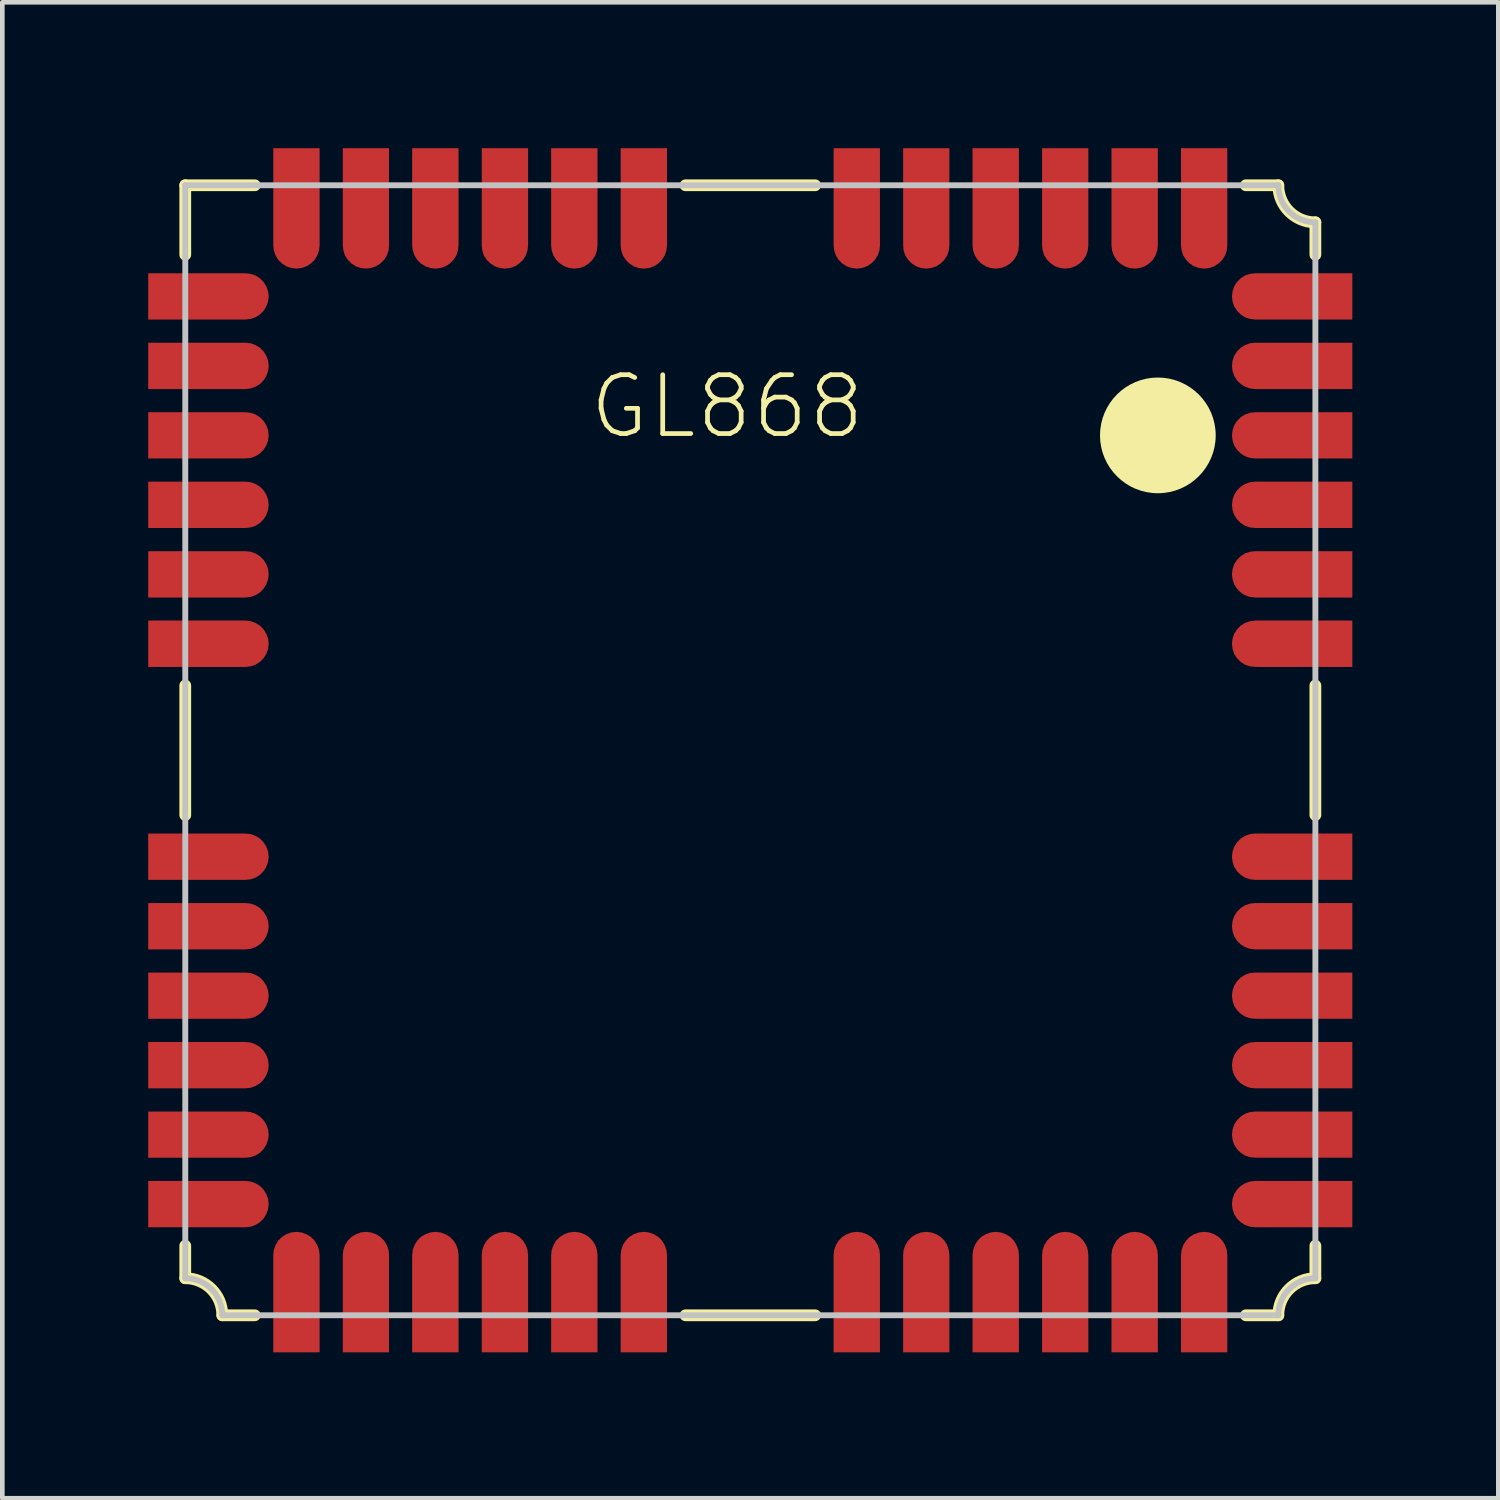
<source format=kicad_pcb>
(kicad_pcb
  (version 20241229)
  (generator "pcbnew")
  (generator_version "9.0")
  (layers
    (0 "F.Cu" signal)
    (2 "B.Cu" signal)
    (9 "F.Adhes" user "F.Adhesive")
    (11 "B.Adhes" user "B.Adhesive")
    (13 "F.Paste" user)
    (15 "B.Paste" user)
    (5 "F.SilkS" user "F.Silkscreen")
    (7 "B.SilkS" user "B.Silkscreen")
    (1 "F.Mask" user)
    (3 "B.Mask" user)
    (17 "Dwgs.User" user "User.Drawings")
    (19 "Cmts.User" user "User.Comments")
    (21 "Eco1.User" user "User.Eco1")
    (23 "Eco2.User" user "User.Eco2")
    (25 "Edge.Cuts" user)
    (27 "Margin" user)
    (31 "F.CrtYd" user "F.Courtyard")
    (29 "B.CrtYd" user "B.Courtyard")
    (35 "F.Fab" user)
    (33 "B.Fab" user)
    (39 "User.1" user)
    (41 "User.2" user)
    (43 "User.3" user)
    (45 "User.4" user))
  (footprint "GL868"
    (layer "F.Cu")
    (at 12.649 13.348)
    (property "Reference" "GL868" (at 0 -7.62 0) (layer "F.SilkS") (effects (font (size 1.27 1.27) (thickness 0.102))))
    (attr smd)
    (fp_poly (pts (xy -12.499 -10.498) (xy -10.399 -10.498) (xy -10.287 -10.485) (xy -10.183 -10.45) (xy -10.086 -10.389) (xy -10.008 -10.31) (xy -9.949 -10.216) (xy -9.911 -10.109) (xy -9.898 -10) (xy -9.911 -9.888) (xy -9.949 -9.782) (xy -10.008 -9.688) (xy -10.086 -9.609) (xy -10.183 -9.548) (xy -10.287 -9.512) (xy -10.399 -9.5) (xy -12.499 -9.5) (xy -12.499 -10.498)) (stroke (width 0) (type solid)) (fill yes) (layer "F.Cu"))
    (fp_poly (pts (xy -12.499 -8.999) (xy -10.399 -8.999) (xy -10.287 -8.987) (xy -10.183 -8.948) (xy -10.086 -8.89) (xy -10.008 -8.811) (xy -9.949 -8.715) (xy -9.911 -8.611) (xy -9.898 -8.499) (xy -9.911 -8.387) (xy -9.949 -8.283) (xy -10.008 -8.186) (xy -10.086 -8.108) (xy -10.183 -8.049) (xy -10.287 -8.011) (xy -10.399 -7.998) (xy -12.499 -7.998) (xy -12.499 -8.999)) (stroke (width 0) (type solid)) (fill yes) (layer "F.Cu"))
    (fp_poly (pts (xy -12.499 -7.498) (xy -10.399 -7.498) (xy -10.287 -7.485) (xy -10.183 -7.45) (xy -10.086 -7.389) (xy -10.008 -7.31) (xy -9.949 -7.216) (xy -9.911 -7.109) (xy -9.898 -6.998) (xy -9.911 -6.888) (xy -9.949 -6.782) (xy -10.008 -6.688) (xy -10.086 -6.609) (xy -10.183 -6.548) (xy -10.287 -6.51) (xy -10.399 -6.5) (xy -12.499 -6.5) (xy -12.499 -7.498)) (stroke (width 0) (type solid)) (fill yes) (layer "F.Cu"))
    (fp_poly (pts (xy -12.499 -5.999) (xy -10.399 -5.999) (xy -10.287 -5.987) (xy -10.183 -5.949) (xy -10.086 -5.89) (xy -10.008 -5.812) (xy -9.949 -5.715) (xy -9.911 -5.611) (xy -9.898 -5.499) (xy -9.911 -5.387) (xy -9.949 -5.281) (xy -10.008 -5.187) (xy -10.086 -5.108) (xy -10.183 -5.047) (xy -10.287 -5.011) (xy -10.399 -4.999) (xy -12.499 -4.999) (xy -12.499 -5.999)) (stroke (width 0) (type solid)) (fill yes) (layer "F.Cu"))
    (fp_poly (pts (xy -12.499 -4.498) (xy -10.399 -4.498) (xy -10.287 -4.486) (xy -10.183 -4.45) (xy -10.086 -4.389) (xy -10.008 -4.31) (xy -9.949 -4.216) (xy -9.911 -4.11) (xy -9.898 -3.998) (xy -9.911 -3.889) (xy -9.949 -3.782) (xy -10.008 -3.688) (xy -10.086 -3.607) (xy -10.183 -3.548) (xy -10.287 -3.51) (xy -10.399 -3.498) (xy -12.499 -3.498) (xy -12.499 -4.498)) (stroke (width 0) (type solid)) (fill yes) (layer "F.Cu"))
    (fp_poly (pts (xy -12.499 -3) (xy -10.399 -3) (xy -10.287 -2.987) (xy -10.183 -2.949) (xy -10.086 -2.891) (xy -10.008 -2.809) (xy -9.949 -2.715) (xy -9.911 -2.611) (xy -9.898 -2.499) (xy -9.911 -2.388) (xy -9.949 -2.281) (xy -10.008 -2.187) (xy -10.086 -2.108) (xy -10.183 -2.047) (xy -10.287 -2.012) (xy -10.399 -1.999) (xy -12.499 -1.999) (xy -12.499 -3)) (stroke (width 0) (type solid)) (fill yes) (layer "F.Cu"))
    (fp_poly (pts (xy -12.499 1.598) (xy -10.399 1.598) (xy -10.287 1.61) (xy -10.183 1.648) (xy -10.086 1.707) (xy -10.008 1.788) (xy -9.949 1.882) (xy -9.911 1.986) (xy -9.898 2.098) (xy -9.911 2.21) (xy -9.949 2.316) (xy -10.008 2.41) (xy -10.086 2.489) (xy -10.183 2.55) (xy -10.287 2.586) (xy -10.399 2.598) (xy -12.499 2.598) (xy -12.499 1.598)) (stroke (width 0) (type solid)) (fill yes) (layer "F.Cu"))
    (fp_poly (pts (xy -12.499 3.099) (xy -10.399 3.099) (xy -10.287 3.111) (xy -10.183 3.147) (xy -10.086 3.208) (xy -10.008 3.287) (xy -9.949 3.381) (xy -9.911 3.487) (xy -9.898 3.599) (xy -9.911 3.711) (xy -9.949 3.815) (xy -10.008 3.912) (xy -10.086 3.99) (xy -10.183 4.049) (xy -10.287 4.087) (xy -10.399 4.1) (xy -12.499 4.1) (xy -12.499 3.099)) (stroke (width 0) (type solid)) (fill yes) (layer "F.Cu"))
    (fp_poly (pts (xy -12.499 4.6) (xy -10.399 4.6) (xy -10.287 4.61) (xy -10.183 4.648) (xy -10.086 4.707) (xy -10.008 4.788) (xy -9.949 4.882) (xy -9.911 4.989) (xy -9.898 5.098) (xy -9.911 5.21) (xy -9.949 5.316) (xy -10.008 5.41) (xy -10.086 5.489) (xy -10.183 5.55) (xy -10.287 5.585) (xy -10.399 5.598) (xy -12.499 5.598) (xy -12.499 4.6)) (stroke (width 0) (type solid)) (fill yes) (layer "F.Cu"))
    (fp_poly (pts (xy -12.499 6.099) (xy -10.399 6.099) (xy -10.287 6.111) (xy -10.183 6.149) (xy -10.086 6.208) (xy -10.008 6.287) (xy -9.949 6.383) (xy -9.911 6.487) (xy -9.898 6.599) (xy -9.911 6.711) (xy -9.949 6.815) (xy -10.008 6.911) (xy -10.086 6.99) (xy -10.183 7.048) (xy -10.287 7.087) (xy -10.399 7.099) (xy -12.499 7.099) (xy -12.499 6.099)) (stroke (width 0) (type solid)) (fill yes) (layer "F.Cu"))
    (fp_poly (pts (xy -12.499 7.6) (xy -10.399 7.6) (xy -10.287 7.612) (xy -10.183 7.648) (xy -10.086 7.709) (xy -10.008 7.788) (xy -9.949 7.882) (xy -9.911 7.988) (xy -9.898 8.098) (xy -9.911 8.209) (xy -9.949 8.316) (xy -10.008 8.41) (xy -10.086 8.489) (xy -10.183 8.55) (xy -10.287 8.585) (xy -10.399 8.598) (xy -12.499 8.598) (xy -12.499 7.6)) (stroke (width 0) (type solid)) (fill yes) (layer "F.Cu"))
    (fp_poly (pts (xy -12.499 9.098) (xy -10.399 9.098) (xy -10.287 9.111) (xy -10.183 9.149) (xy -10.086 9.207) (xy -10.008 9.286) (xy -9.949 9.383) (xy -9.911 9.487) (xy -9.898 9.599) (xy -9.911 9.71) (xy -9.949 9.815) (xy -10.008 9.911) (xy -10.086 9.99) (xy -10.183 10.048) (xy -10.287 10.086) (xy -10.399 10.099) (xy -12.499 10.099) (xy -12.499 9.098)) (stroke (width 0) (type solid)) (fill yes) (layer "F.Cu"))
    (fp_poly (pts (xy -9.799 12.799) (xy -9.799 10.698) (xy -9.787 10.587) (xy -9.749 10.483) (xy -9.69 10.386) (xy -9.611 10.307) (xy -9.515 10.249) (xy -9.411 10.211) (xy -9.299 10.198) (xy -9.187 10.211) (xy -9.083 10.249) (xy -8.987 10.307) (xy -8.908 10.386) (xy -8.849 10.483) (xy -8.811 10.587) (xy -8.799 10.698) (xy -8.799 12.799) (xy -9.799 12.799)) (stroke (width 0) (type solid)) (fill yes) (layer "F.Cu"))
    (fp_poly (pts (xy -8.799 -13.198) (xy -8.799 -11.1) (xy -8.811 -10.988) (xy -8.849 -10.881) (xy -8.908 -10.787) (xy -8.987 -10.709) (xy -9.083 -10.648) (xy -9.187 -10.612) (xy -9.299 -10.599) (xy -9.411 -10.612) (xy -9.515 -10.648) (xy -9.611 -10.709) (xy -9.69 -10.787) (xy -9.749 -10.881) (xy -9.787 -10.988) (xy -9.799 -11.1) (xy -9.799 -13.198) (xy -8.799 -13.198)) (stroke (width 0) (type solid)) (fill yes) (layer "F.Cu"))
    (fp_poly (pts (xy -8.298 12.799) (xy -8.298 10.698) (xy -8.285 10.587) (xy -8.25 10.483) (xy -8.189 10.386) (xy -8.11 10.307) (xy -8.016 10.249) (xy -7.91 10.211) (xy -7.798 10.198) (xy -7.689 10.211) (xy -7.582 10.249) (xy -7.488 10.307) (xy -7.407 10.386) (xy -7.348 10.483) (xy -7.31 10.587) (xy -7.3 10.698) (xy -7.3 12.799) (xy -8.298 12.799)) (stroke (width 0) (type solid)) (fill yes) (layer "F.Cu"))
    (fp_poly (pts (xy -7.3 -13.198) (xy -7.3 -11.1) (xy -7.31 -10.988) (xy -7.348 -10.881) (xy -7.407 -10.787) (xy -7.488 -10.709) (xy -7.582 -10.648) (xy -7.689 -10.612) (xy -7.798 -10.599) (xy -7.91 -10.612) (xy -8.016 -10.648) (xy -8.11 -10.709) (xy -8.189 -10.787) (xy -8.25 -10.881) (xy -8.285 -10.988) (xy -8.298 -11.1) (xy -8.298 -13.198) (xy -7.3 -13.198)) (stroke (width 0) (type solid)) (fill yes) (layer "F.Cu"))
    (fp_poly (pts (xy -6.8 12.799) (xy -6.8 10.698) (xy -6.787 10.587) (xy -6.749 10.483) (xy -6.69 10.386) (xy -6.612 10.307) (xy -6.515 10.249) (xy -6.411 10.211) (xy -6.299 10.198) (xy -6.187 10.211) (xy -6.081 10.249) (xy -5.987 10.307) (xy -5.908 10.386) (xy -5.847 10.483) (xy -5.812 10.587) (xy -5.799 10.698) (xy -5.799 12.799) (xy -6.8 12.799)) (stroke (width 0) (type solid)) (fill yes) (layer "F.Cu"))
    (fp_poly (pts (xy -5.799 -13.198) (xy -5.799 -11.1) (xy -5.812 -10.988) (xy -5.847 -10.881) (xy -5.908 -10.787) (xy -5.987 -10.709) (xy -6.081 -10.648) (xy -6.187 -10.612) (xy -6.299 -10.599) (xy -6.411 -10.612) (xy -6.515 -10.648) (xy -6.612 -10.709) (xy -6.69 -10.787) (xy -6.749 -10.881) (xy -6.787 -10.988) (xy -6.8 -11.1) (xy -6.8 -13.198) (xy -5.799 -13.198)) (stroke (width 0) (type solid)) (fill yes) (layer "F.Cu"))
    (fp_poly (pts (xy -5.298 12.799) (xy -5.298 10.698) (xy -5.286 10.587) (xy -5.25 10.483) (xy -5.189 10.386) (xy -5.11 10.307) (xy -5.016 10.249) (xy -4.91 10.211) (xy -4.798 10.198) (xy -4.686 10.211) (xy -4.582 10.249) (xy -4.488 10.307) (xy -4.407 10.386) (xy -4.348 10.483) (xy -4.31 10.587) (xy -4.298 10.698) (xy -4.298 12.799) (xy -5.298 12.799)) (stroke (width 0) (type solid)) (fill yes) (layer "F.Cu"))
    (fp_poly (pts (xy -4.298 -13.198) (xy -4.298 -11.1) (xy -4.31 -10.988) (xy -4.348 -10.881) (xy -4.407 -10.787) (xy -4.488 -10.709) (xy -4.582 -10.648) (xy -4.686 -10.612) (xy -4.798 -10.599) (xy -4.91 -10.612) (xy -5.016 -10.648) (xy -5.11 -10.709) (xy -5.189 -10.787) (xy -5.25 -10.881) (xy -5.286 -10.988) (xy -5.298 -11.1) (xy -5.298 -13.198) (xy -4.298 -13.198)) (stroke (width 0) (type solid)) (fill yes) (layer "F.Cu"))
    (fp_poly (pts (xy -3.8 12.799) (xy -3.8 10.698) (xy -3.787 10.587) (xy -3.749 10.483) (xy -3.691 10.386) (xy -3.609 10.307) (xy -3.515 10.249) (xy -3.411 10.211) (xy -3.299 10.198) (xy -3.188 10.211) (xy -3.081 10.249) (xy -2.987 10.307) (xy -2.908 10.386) (xy -2.847 10.483) (xy -2.812 10.587) (xy -2.799 10.698) (xy -2.799 12.799) (xy -3.8 12.799)) (stroke (width 0) (type solid)) (fill yes) (layer "F.Cu"))
    (fp_poly (pts (xy -2.799 -13.198) (xy -2.799 -11.1) (xy -2.812 -10.988) (xy -2.847 -10.881) (xy -2.908 -10.787) (xy -2.987 -10.709) (xy -3.081 -10.648) (xy -3.188 -10.612) (xy -3.299 -10.599) (xy -3.411 -10.612) (xy -3.515 -10.648) (xy -3.609 -10.709) (xy -3.691 -10.787) (xy -3.749 -10.881) (xy -3.787 -10.988) (xy -3.8 -11.1) (xy -3.8 -13.198) (xy -2.799 -13.198)) (stroke (width 0) (type solid)) (fill yes) (layer "F.Cu"))
    (fp_poly (pts (xy -2.299 12.799) (xy -2.299 10.698) (xy -2.286 10.587) (xy -2.25 10.483) (xy -2.189 10.386) (xy -2.111 10.307) (xy -2.017 10.249) (xy -1.91 10.211) (xy -1.798 10.198) (xy -1.687 10.211) (xy -1.582 10.249) (xy -1.486 10.307) (xy -1.407 10.386) (xy -1.349 10.483) (xy -1.311 10.587) (xy -1.298 10.698) (xy -1.298 12.799) (xy -2.299 12.799)) (stroke (width 0) (type solid)) (fill yes) (layer "F.Cu"))
    (fp_poly (pts (xy -1.298 -13.198) (xy -1.298 -11.1) (xy -1.311 -10.988) (xy -1.349 -10.881) (xy -1.407 -10.787) (xy -1.486 -10.709) (xy -1.582 -10.648) (xy -1.687 -10.612) (xy -1.798 -10.599) (xy -1.91 -10.612) (xy -2.017 -10.648) (xy -2.111 -10.709) (xy -2.189 -10.787) (xy -2.25 -10.881) (xy -2.286 -10.988) (xy -2.299 -11.1) (xy -2.299 -13.198) (xy -1.298 -13.198)) (stroke (width 0) (type solid)) (fill yes) (layer "F.Cu"))
    (fp_poly (pts (xy 2.299 12.799) (xy 2.299 10.698) (xy 2.311 10.587) (xy 2.349 10.483) (xy 2.408 10.386) (xy 2.487 10.307) (xy 2.581 10.249) (xy 2.687 10.211) (xy 2.799 10.198) (xy 2.911 10.211) (xy 3.015 10.249) (xy 3.111 10.307) (xy 3.19 10.386) (xy 3.249 10.483) (xy 3.287 10.587) (xy 3.299 10.698) (xy 3.299 12.799) (xy 2.299 12.799)) (stroke (width 0) (type solid)) (fill yes) (layer "F.Cu"))
    (fp_poly (pts (xy 3.299 -13.198) (xy 3.299 -11.1) (xy 3.287 -10.988) (xy 3.249 -10.881) (xy 3.19 -10.787) (xy 3.111 -10.709) (xy 3.015 -10.648) (xy 2.911 -10.612) (xy 2.799 -10.599) (xy 2.687 -10.612) (xy 2.581 -10.648) (xy 2.487 -10.709) (xy 2.408 -10.787) (xy 2.349 -10.881) (xy 2.311 -10.988) (xy 2.299 -11.1) (xy 2.299 -13.198) (xy 3.299 -13.198)) (stroke (width 0) (type solid)) (fill yes) (layer "F.Cu"))
    (fp_poly (pts (xy 3.8 12.799) (xy 3.8 10.698) (xy 3.81 10.587) (xy 3.848 10.483) (xy 3.909 10.386) (xy 3.988 10.307) (xy 4.082 10.249) (xy 4.188 10.211) (xy 4.298 10.198) (xy 4.409 10.211) (xy 4.516 10.249) (xy 4.61 10.307) (xy 4.689 10.386) (xy 4.75 10.483) (xy 4.785 10.587) (xy 4.798 10.698) (xy 4.798 12.799) (xy 3.8 12.799)) (stroke (width 0) (type solid)) (fill yes) (layer "F.Cu"))
    (fp_poly (pts (xy 4.798 -13.198) (xy 4.798 -11.1) (xy 4.785 -10.988) (xy 4.75 -10.881) (xy 4.689 -10.787) (xy 4.61 -10.709) (xy 4.516 -10.648) (xy 4.409 -10.612) (xy 4.298 -10.599) (xy 4.188 -10.612) (xy 4.082 -10.648) (xy 3.988 -10.709) (xy 3.909 -10.787) (xy 3.848 -10.881) (xy 3.81 -10.988) (xy 3.8 -11.1) (xy 3.8 -13.198) (xy 4.798 -13.198)) (stroke (width 0) (type solid)) (fill yes) (layer "F.Cu"))
    (fp_poly (pts (xy 5.298 12.799) (xy 5.298 10.698) (xy 5.311 10.587) (xy 5.349 10.483) (xy 5.408 10.386) (xy 5.486 10.307) (xy 5.583 10.249) (xy 5.687 10.211) (xy 5.799 10.198) (xy 5.911 10.211) (xy 6.015 10.249) (xy 6.111 10.307) (xy 6.19 10.386) (xy 6.248 10.483) (xy 6.287 10.587) (xy 6.299 10.698) (xy 6.299 12.799) (xy 5.298 12.799)) (stroke (width 0) (type solid)) (fill yes) (layer "F.Cu"))
    (fp_poly (pts (xy 6.299 -13.198) (xy 6.299 -11.1) (xy 6.287 -10.988) (xy 6.248 -10.881) (xy 6.19 -10.787) (xy 6.111 -10.709) (xy 6.015 -10.648) (xy 5.911 -10.612) (xy 5.799 -10.599) (xy 5.687 -10.612) (xy 5.583 -10.648) (xy 5.486 -10.709) (xy 5.408 -10.787) (xy 5.349 -10.881) (xy 5.311 -10.988) (xy 5.298 -11.1) (xy 5.298 -13.198) (xy 6.299 -13.198)) (stroke (width 0) (type solid)) (fill yes) (layer "F.Cu"))
    (fp_poly (pts (xy 6.8 12.799) (xy 6.8 10.698) (xy 6.812 10.587) (xy 6.848 10.483) (xy 6.909 10.386) (xy 6.988 10.307) (xy 7.082 10.249) (xy 7.188 10.211) (xy 7.3 10.198) (xy 7.409 10.211) (xy 7.516 10.249) (xy 7.61 10.307) (xy 7.689 10.386) (xy 7.75 10.483) (xy 7.785 10.587) (xy 7.798 10.698) (xy 7.798 12.799) (xy 6.8 12.799)) (stroke (width 0) (type solid)) (fill yes) (layer "F.Cu"))
    (fp_poly (pts (xy 7.798 -13.198) (xy 7.798 -11.1) (xy 7.785 -10.988) (xy 7.75 -10.881) (xy 7.689 -10.787) (xy 7.61 -10.709) (xy 7.516 -10.648) (xy 7.409 -10.612) (xy 7.3 -10.599) (xy 7.188 -10.612) (xy 7.082 -10.648) (xy 6.988 -10.709) (xy 6.909 -10.787) (xy 6.848 -10.881) (xy 6.812 -10.988) (xy 6.8 -11.1) (xy 6.8 -13.198) (xy 7.798 -13.198)) (stroke (width 0) (type solid)) (fill yes) (layer "F.Cu"))
    (fp_poly (pts (xy 8.298 12.799) (xy 8.298 10.698) (xy 8.311 10.587) (xy 8.349 10.483) (xy 8.407 10.386) (xy 8.486 10.307) (xy 8.583 10.249) (xy 8.687 10.211) (xy 8.799 10.198) (xy 8.91 10.211) (xy 9.014 10.249) (xy 9.111 10.307) (xy 9.19 10.386) (xy 9.248 10.483) (xy 9.286 10.587) (xy 9.299 10.698) (xy 9.299 12.799) (xy 8.298 12.799)) (stroke (width 0) (type solid)) (fill yes) (layer "F.Cu"))
    (fp_poly (pts (xy 9.299 -13.198) (xy 9.299 -11.1) (xy 9.286 -10.988) (xy 9.248 -10.881) (xy 9.19 -10.787) (xy 9.111 -10.709) (xy 9.014 -10.648) (xy 8.91 -10.612) (xy 8.799 -10.599) (xy 8.687 -10.612) (xy 8.583 -10.648) (xy 8.486 -10.709) (xy 8.407 -10.787) (xy 8.349 -10.881) (xy 8.311 -10.988) (xy 8.298 -11.1) (xy 8.298 -13.198) (xy 9.299 -13.198)) (stroke (width 0) (type solid)) (fill yes) (layer "F.Cu"))
    (fp_poly (pts (xy 9.799 12.799) (xy 9.799 10.698) (xy 9.812 10.587) (xy 9.848 10.483) (xy 9.909 10.386) (xy 9.987 10.307) (xy 10.081 10.249) (xy 10.188 10.211) (xy 10.3 10.198) (xy 10.409 10.211) (xy 10.516 10.249) (xy 10.61 10.307) (xy 10.691 10.386) (xy 10.749 10.483) (xy 10.787 10.587) (xy 10.798 10.698) (xy 10.798 12.799) (xy 9.799 12.799)) (stroke (width 0) (type solid)) (fill yes) (layer "F.Cu"))
    (fp_poly (pts (xy 10.798 -13.198) (xy 10.798 -11.1) (xy 10.787 -10.988) (xy 10.749 -10.881) (xy 10.691 -10.787) (xy 10.61 -10.709) (xy 10.516 -10.648) (xy 10.409 -10.612) (xy 10.3 -10.599) (xy 10.188 -10.612) (xy 10.081 -10.648) (xy 9.987 -10.709) (xy 9.909 -10.787) (xy 9.848 -10.881) (xy 9.812 -10.988) (xy 9.799 -11.1) (xy 9.799 -13.198) (xy 10.798 -13.198)) (stroke (width 0) (type solid)) (fill yes) (layer "F.Cu"))
    (fp_poly (pts (xy 13.498 -9.5) (xy 11.4 -9.5) (xy 11.288 -9.512) (xy 11.181 -9.548) (xy 11.087 -9.609) (xy 11.008 -9.688) (xy 10.947 -9.782) (xy 10.912 -9.888) (xy 10.899 -10) (xy 10.912 -10.109) (xy 10.947 -10.216) (xy 11.008 -10.31) (xy 11.087 -10.389) (xy 11.181 -10.45) (xy 11.288 -10.485) (xy 11.4 -10.498) (xy 13.498 -10.498) (xy 13.498 -9.5)) (stroke (width 0) (type solid)) (fill yes) (layer "F.Cu"))
    (fp_poly (pts (xy 13.498 -7.998) (xy 11.4 -7.998) (xy 11.288 -8.011) (xy 11.181 -8.049) (xy 11.087 -8.108) (xy 11.008 -8.186) (xy 10.947 -8.283) (xy 10.912 -8.387) (xy 10.899 -8.499) (xy 10.912 -8.611) (xy 10.947 -8.715) (xy 11.008 -8.811) (xy 11.087 -8.89) (xy 11.181 -8.948) (xy 11.288 -8.987) (xy 11.4 -8.999) (xy 13.498 -8.999) (xy 13.498 -7.998)) (stroke (width 0) (type solid)) (fill yes) (layer "F.Cu"))
    (fp_poly (pts (xy 13.498 -6.5) (xy 11.4 -6.5) (xy 11.288 -6.51) (xy 11.181 -6.548) (xy 11.087 -6.609) (xy 11.008 -6.688) (xy 10.947 -6.782) (xy 10.912 -6.888) (xy 10.899 -6.998) (xy 10.912 -7.109) (xy 10.947 -7.216) (xy 11.008 -7.31) (xy 11.087 -7.389) (xy 11.181 -7.45) (xy 11.288 -7.485) (xy 11.4 -7.498) (xy 13.498 -7.498) (xy 13.498 -6.5)) (stroke (width 0) (type solid)) (fill yes) (layer "F.Cu"))
    (fp_poly (pts (xy 13.498 -4.999) (xy 11.4 -4.999) (xy 11.288 -5.011) (xy 11.181 -5.047) (xy 11.087 -5.108) (xy 11.008 -5.187) (xy 10.947 -5.281) (xy 10.912 -5.387) (xy 10.899 -5.499) (xy 10.912 -5.611) (xy 10.947 -5.715) (xy 11.008 -5.812) (xy 11.087 -5.89) (xy 11.181 -5.949) (xy 11.288 -5.987) (xy 11.4 -5.999) (xy 13.498 -5.999) (xy 13.498 -4.999)) (stroke (width 0) (type solid)) (fill yes) (layer "F.Cu"))
    (fp_poly (pts (xy 13.498 -3.498) (xy 11.4 -3.498) (xy 11.288 -3.51) (xy 11.181 -3.548) (xy 11.087 -3.607) (xy 11.008 -3.688) (xy 10.947 -3.782) (xy 10.912 -3.889) (xy 10.899 -3.998) (xy 10.912 -4.11) (xy 10.947 -4.216) (xy 11.008 -4.31) (xy 11.087 -4.389) (xy 11.181 -4.45) (xy 11.288 -4.486) (xy 11.4 -4.498) (xy 13.498 -4.498) (xy 13.498 -3.498)) (stroke (width 0) (type solid)) (fill yes) (layer "F.Cu"))
    (fp_poly (pts (xy 13.498 -1.999) (xy 11.4 -1.999) (xy 11.288 -2.012) (xy 11.181 -2.047) (xy 11.087 -2.108) (xy 11.008 -2.187) (xy 10.947 -2.281) (xy 10.912 -2.388) (xy 10.899 -2.499) (xy 10.912 -2.611) (xy 10.947 -2.715) (xy 11.008 -2.809) (xy 11.087 -2.891) (xy 11.181 -2.949) (xy 11.288 -2.987) (xy 11.4 -3) (xy 13.498 -3) (xy 13.498 -1.999)) (stroke (width 0) (type solid)) (fill yes) (layer "F.Cu"))
    (fp_poly (pts (xy 13.498 2.598) (xy 11.4 2.598) (xy 11.288 2.586) (xy 11.181 2.55) (xy 11.087 2.489) (xy 11.008 2.41) (xy 10.947 2.316) (xy 10.912 2.21) (xy 10.899 2.098) (xy 10.912 1.986) (xy 10.947 1.882) (xy 11.008 1.788) (xy 11.087 1.707) (xy 11.181 1.648) (xy 11.288 1.61) (xy 11.4 1.598) (xy 13.498 1.598) (xy 13.498 2.598)) (stroke (width 0) (type solid)) (fill yes) (layer "F.Cu"))
    (fp_poly (pts (xy 13.498 4.1) (xy 11.4 4.1) (xy 11.288 4.087) (xy 11.181 4.049) (xy 11.087 3.99) (xy 11.008 3.912) (xy 10.947 3.815) (xy 10.912 3.711) (xy 10.899 3.599) (xy 10.912 3.487) (xy 10.947 3.381) (xy 11.008 3.287) (xy 11.087 3.208) (xy 11.181 3.147) (xy 11.288 3.111) (xy 11.4 3.099) (xy 13.498 3.099) (xy 13.498 4.1)) (stroke (width 0) (type solid)) (fill yes) (layer "F.Cu"))
    (fp_poly (pts (xy 13.498 5.598) (xy 11.4 5.598) (xy 11.288 5.585) (xy 11.181 5.55) (xy 11.087 5.489) (xy 11.008 5.41) (xy 10.947 5.316) (xy 10.912 5.21) (xy 10.899 5.098) (xy 10.912 4.989) (xy 10.947 4.882) (xy 11.008 4.788) (xy 11.087 4.707) (xy 11.181 4.648) (xy 11.288 4.61) (xy 11.4 4.6) (xy 13.498 4.6) (xy 13.498 5.598)) (stroke (width 0) (type solid)) (fill yes) (layer "F.Cu"))
    (fp_poly (pts (xy 13.498 7.099) (xy 11.4 7.099) (xy 11.288 7.087) (xy 11.181 7.048) (xy 11.087 6.99) (xy 11.008 6.911) (xy 10.947 6.815) (xy 10.912 6.711) (xy 10.899 6.599) (xy 10.912 6.487) (xy 10.947 6.383) (xy 11.008 6.287) (xy 11.087 6.208) (xy 11.181 6.149) (xy 11.288 6.111) (xy 11.4 6.099) (xy 13.498 6.099) (xy 13.498 7.099)) (stroke (width 0) (type solid)) (fill yes) (layer "F.Cu"))
    (fp_poly (pts (xy 13.498 8.598) (xy 11.4 8.598) (xy 11.288 8.585) (xy 11.181 8.55) (xy 11.087 8.489) (xy 11.008 8.41) (xy 10.947 8.316) (xy 10.912 8.209) (xy 10.899 8.098) (xy 10.912 7.988) (xy 10.947 7.882) (xy 11.008 7.788) (xy 11.087 7.709) (xy 11.181 7.648) (xy 11.288 7.612) (xy 11.4 7.6) (xy 13.498 7.6) (xy 13.498 8.598)) (stroke (width 0) (type solid)) (fill yes) (layer "F.Cu"))
    (fp_poly (pts (xy 13.498 10.099) (xy 11.4 10.099) (xy 11.288 10.086) (xy 11.181 10.048) (xy 11.087 9.99) (xy 11.008 9.911) (xy 10.947 9.815) (xy 10.912 9.71) (xy 10.899 9.599) (xy 10.912 9.487) (xy 10.947 9.383) (xy 11.008 9.286) (xy 11.087 9.207) (xy 11.181 9.149) (xy 11.288 9.111) (xy 11.4 9.098) (xy 13.498 9.098) (xy 13.498 10.099)) (stroke (width 0) (type solid)) (fill yes) (layer "F.Cu"))
    (fp_poly (pts (xy -12.649 -10.648) (xy -10.399 -10.648) (xy -10.272 -10.635) (xy -10.15 -10.599) (xy -10.038 -10.538) (xy -9.939 -10.457) (xy -9.858 -10.361) (xy -9.799 -10.246) (xy -9.761 -10.124) (xy -9.749 -10) (xy -9.761 -9.873) (xy -9.799 -9.751) (xy -9.858 -9.637) (xy -9.939 -9.54) (xy -10.038 -9.459) (xy -10.15 -9.398) (xy -10.272 -9.362) (xy -10.399 -9.35) (xy -12.649 -9.35) (xy -12.649 -10.648)) (stroke (width 0) (type solid)) (fill yes) (layer "F.Mask"))
    (fp_poly (pts (xy -12.649 -9.149) (xy -10.399 -9.149) (xy -10.272 -9.136) (xy -10.15 -9.098) (xy -10.038 -9.04) (xy -9.939 -8.959) (xy -9.858 -8.86) (xy -9.799 -8.748) (xy -9.761 -8.626) (xy -9.749 -8.499) (xy -9.761 -8.372) (xy -9.799 -8.25) (xy -9.858 -8.138) (xy -9.939 -8.039) (xy -10.038 -7.958) (xy -10.15 -7.899) (xy -10.272 -7.861) (xy -10.399 -7.849) (xy -12.649 -7.849) (xy -12.649 -9.149)) (stroke (width 0) (type solid)) (fill yes) (layer "F.Mask"))
    (fp_poly (pts (xy -12.649 -7.648) (xy -10.399 -7.648) (xy -10.272 -7.635) (xy -10.15 -7.6) (xy -10.038 -7.539) (xy -9.939 -7.457) (xy -9.858 -7.361) (xy -9.799 -7.247) (xy -9.761 -7.125) (xy -9.749 -6.998) (xy -9.761 -6.871) (xy -9.799 -6.749) (xy -9.858 -6.637) (xy -9.939 -6.538) (xy -10.038 -6.459) (xy -10.15 -6.398) (xy -10.272 -6.36) (xy -10.399 -6.35) (xy -12.649 -6.35) (xy -12.649 -7.648)) (stroke (width 0) (type solid)) (fill yes) (layer "F.Mask"))
    (fp_poly (pts (xy -12.649 -6.149) (xy -10.399 -6.149) (xy -10.272 -6.137) (xy -10.15 -6.099) (xy -10.038 -6.04) (xy -9.939 -5.959) (xy -9.858 -5.86) (xy -9.799 -5.748) (xy -9.761 -5.626) (xy -9.749 -5.499) (xy -9.761 -5.372) (xy -9.799 -5.25) (xy -9.858 -5.138) (xy -9.939 -5.039) (xy -10.038 -4.958) (xy -10.15 -4.897) (xy -10.272 -4.862) (xy -10.399 -4.849) (xy -12.649 -4.849) (xy -12.649 -6.149)) (stroke (width 0) (type solid)) (fill yes) (layer "F.Mask"))
    (fp_poly (pts (xy -12.649 -4.648) (xy -10.399 -4.648) (xy -10.272 -4.636) (xy -10.15 -4.6) (xy -10.038 -4.539) (xy -9.939 -4.458) (xy -9.858 -4.359) (xy -9.799 -4.247) (xy -9.761 -4.125) (xy -9.749 -3.998) (xy -9.761 -3.871) (xy -9.799 -3.749) (xy -9.858 -3.637) (xy -9.939 -3.538) (xy -10.038 -3.459) (xy -10.15 -3.399) (xy -10.272 -3.36) (xy -10.399 -3.348) (xy -12.649 -3.348) (xy -12.649 -4.648)) (stroke (width 0) (type solid)) (fill yes) (layer "F.Mask"))
    (fp_poly (pts (xy -12.649 -3.15) (xy -10.399 -3.15) (xy -10.272 -3.137) (xy -10.15 -3.099) (xy -10.038 -3.04) (xy -9.939 -2.959) (xy -9.858 -2.86) (xy -9.799 -2.748) (xy -9.761 -2.626) (xy -9.749 -2.499) (xy -9.761 -2.372) (xy -9.799 -2.25) (xy -9.858 -2.139) (xy -9.939 -2.04) (xy -10.038 -1.958) (xy -10.15 -1.897) (xy -10.272 -1.862) (xy -10.399 -1.849) (xy -12.649 -1.849) (xy -12.649 -3.15)) (stroke (width 0) (type solid)) (fill yes) (layer "F.Mask"))
    (fp_poly (pts (xy -12.649 1.448) (xy -10.399 1.448) (xy -10.272 1.46) (xy -10.15 1.499) (xy -10.038 1.557) (xy -9.939 1.638) (xy -9.858 1.737) (xy -9.799 1.849) (xy -9.761 1.971) (xy -9.749 2.098) (xy -9.761 2.225) (xy -9.799 2.347) (xy -9.858 2.459) (xy -9.939 2.558) (xy -10.038 2.639) (xy -10.15 2.7) (xy -10.272 2.736) (xy -10.399 2.748) (xy -12.649 2.748) (xy -12.649 1.448)) (stroke (width 0) (type solid)) (fill yes) (layer "F.Mask"))
    (fp_poly (pts (xy -12.649 2.949) (xy -10.399 2.949) (xy -10.272 2.962) (xy -10.15 2.997) (xy -10.038 3.058) (xy -9.939 3.139) (xy -9.858 3.239) (xy -9.799 3.35) (xy -9.761 3.472) (xy -9.749 3.599) (xy -9.761 3.726) (xy -9.799 3.848) (xy -9.858 3.96) (xy -9.939 4.059) (xy -10.038 4.14) (xy -10.15 4.199) (xy -10.272 4.237) (xy -10.399 4.249) (xy -12.649 4.249) (xy -12.649 2.949)) (stroke (width 0) (type solid)) (fill yes) (layer "F.Mask"))
    (fp_poly (pts (xy -12.649 4.448) (xy -10.399 4.448) (xy -10.272 4.46) (xy -10.15 4.498) (xy -10.038 4.559) (xy -9.939 4.638) (xy -9.858 4.737) (xy -9.799 4.849) (xy -9.761 4.971) (xy -9.749 5.098) (xy -9.761 5.225) (xy -9.799 5.347) (xy -9.858 5.461) (xy -9.939 5.558) (xy -10.038 5.639) (xy -10.15 5.7) (xy -10.272 5.735) (xy -10.399 5.748) (xy -12.649 5.748) (xy -12.649 4.448)) (stroke (width 0) (type solid)) (fill yes) (layer "F.Mask"))
    (fp_poly (pts (xy -12.649 5.949) (xy -10.399 5.949) (xy -10.272 5.961) (xy -10.15 5.997) (xy -10.038 6.058) (xy -9.939 6.139) (xy -9.858 6.238) (xy -9.799 6.35) (xy -9.761 6.472) (xy -9.749 6.599) (xy -9.761 6.726) (xy -9.799 6.848) (xy -9.858 6.96) (xy -9.939 7.059) (xy -10.038 7.14) (xy -10.15 7.198) (xy -10.272 7.236) (xy -10.399 7.249) (xy -12.649 7.249) (xy -12.649 5.949)) (stroke (width 0) (type solid)) (fill yes) (layer "F.Mask"))
    (fp_poly (pts (xy -12.649 7.45) (xy -10.399 7.45) (xy -10.272 7.46) (xy -10.15 7.498) (xy -10.038 7.559) (xy -9.939 7.64) (xy -9.858 7.737) (xy -9.799 7.851) (xy -9.761 7.973) (xy -9.749 8.098) (xy -9.761 8.225) (xy -9.799 8.346) (xy -9.858 8.461) (xy -9.939 8.557) (xy -10.038 8.639) (xy -10.15 8.7) (xy -10.272 8.735) (xy -10.399 8.748) (xy -12.649 8.748) (xy -12.649 7.45)) (stroke (width 0) (type solid)) (fill yes) (layer "F.Mask"))
    (fp_poly (pts (xy -12.649 8.948) (xy -10.399 8.948) (xy -10.272 8.961) (xy -10.15 8.999) (xy -10.038 9.058) (xy -9.939 9.139) (xy -9.858 9.238) (xy -9.799 9.35) (xy -9.761 9.472) (xy -9.749 9.599) (xy -9.761 9.726) (xy -9.799 9.848) (xy -9.858 9.959) (xy -9.939 10.058) (xy -10.038 10.14) (xy -10.15 10.198) (xy -10.272 10.236) (xy -10.399 10.249) (xy -12.649 10.249) (xy -12.649 8.948)) (stroke (width 0) (type solid)) (fill yes) (layer "F.Mask"))
    (fp_poly (pts (xy -9.949 12.949) (xy -9.949 10.698) (xy -9.936 10.571) (xy -9.898 10.45) (xy -9.84 10.338) (xy -9.759 10.239) (xy -9.66 10.157) (xy -9.548 10.099) (xy -9.426 10.061) (xy -9.299 10.048) (xy -9.172 10.061) (xy -9.05 10.099) (xy -8.938 10.157) (xy -8.839 10.239) (xy -8.758 10.338) (xy -8.697 10.45) (xy -8.661 10.571) (xy -8.649 10.698) (xy -8.649 12.949) (xy -9.949 12.949)) (stroke (width 0) (type solid)) (fill yes) (layer "F.Mask"))
    (fp_poly (pts (xy -8.649 -13.348) (xy -8.649 -11.1) (xy -8.661 -10.973) (xy -8.697 -10.851) (xy -8.758 -10.737) (xy -8.839 -10.64) (xy -8.938 -10.559) (xy -9.05 -10.498) (xy -9.172 -10.462) (xy -9.299 -10.45) (xy -9.426 -10.462) (xy -9.548 -10.498) (xy -9.66 -10.559) (xy -9.759 -10.64) (xy -9.84 -10.737) (xy -9.898 -10.851) (xy -9.936 -10.973) (xy -9.949 -11.1) (xy -9.949 -13.348) (xy -8.649 -13.348)) (stroke (width 0) (type solid)) (fill yes) (layer "F.Mask"))
    (fp_poly (pts (xy -8.448 12.949) (xy -8.448 10.698) (xy -8.435 10.571) (xy -8.4 10.45) (xy -8.339 10.338) (xy -8.258 10.239) (xy -8.161 10.157) (xy -8.047 10.099) (xy -7.925 10.061) (xy -7.798 10.048) (xy -7.671 10.061) (xy -7.549 10.099) (xy -7.437 10.157) (xy -7.338 10.239) (xy -7.259 10.338) (xy -7.198 10.45) (xy -7.16 10.571) (xy -7.148 10.698) (xy -7.148 12.949) (xy -8.448 12.949)) (stroke (width 0) (type solid)) (fill yes) (layer "F.Mask"))
    (fp_poly (pts (xy -7.148 -13.348) (xy -7.148 -11.1) (xy -7.16 -10.973) (xy -7.198 -10.851) (xy -7.259 -10.737) (xy -7.338 -10.64) (xy -7.437 -10.559) (xy -7.549 -10.498) (xy -7.671 -10.462) (xy -7.798 -10.45) (xy -7.925 -10.462) (xy -8.047 -10.498) (xy -8.161 -10.559) (xy -8.258 -10.64) (xy -8.339 -10.737) (xy -8.4 -10.851) (xy -8.435 -10.973) (xy -8.448 -11.1) (xy -8.448 -13.348) (xy -7.148 -13.348)) (stroke (width 0) (type solid)) (fill yes) (layer "F.Mask"))
    (fp_poly (pts (xy -6.949 12.949) (xy -6.949 10.698) (xy -6.937 10.571) (xy -6.899 10.45) (xy -6.84 10.338) (xy -6.759 10.239) (xy -6.66 10.157) (xy -6.548 10.099) (xy -6.426 10.061) (xy -6.299 10.048) (xy -6.172 10.061) (xy -6.05 10.099) (xy -5.939 10.157) (xy -5.839 10.239) (xy -5.758 10.338) (xy -5.697 10.45) (xy -5.662 10.571) (xy -5.649 10.698) (xy -5.649 12.949) (xy -6.949 12.949)) (stroke (width 0) (type solid)) (fill yes) (layer "F.Mask"))
    (fp_poly (pts (xy -5.649 -13.348) (xy -5.649 -11.1) (xy -5.662 -10.973) (xy -5.697 -10.851) (xy -5.758 -10.737) (xy -5.839 -10.64) (xy -5.939 -10.559) (xy -6.05 -10.498) (xy -6.172 -10.462) (xy -6.299 -10.45) (xy -6.426 -10.462) (xy -6.548 -10.498) (xy -6.66 -10.559) (xy -6.759 -10.64) (xy -6.84 -10.737) (xy -6.899 -10.851) (xy -6.937 -10.973) (xy -6.949 -11.1) (xy -6.949 -13.348) (xy -5.649 -13.348)) (stroke (width 0) (type solid)) (fill yes) (layer "F.Mask"))
    (fp_poly (pts (xy -5.448 12.949) (xy -5.448 10.698) (xy -5.436 10.571) (xy -5.4 10.45) (xy -5.339 10.338) (xy -5.258 10.239) (xy -5.159 10.157) (xy -5.047 10.099) (xy -4.925 10.061) (xy -4.798 10.048) (xy -4.671 10.061) (xy -4.549 10.099) (xy -4.437 10.157) (xy -4.338 10.239) (xy -4.257 10.338) (xy -4.199 10.45) (xy -4.161 10.571) (xy -4.148 10.698) (xy -4.148 12.949) (xy -5.448 12.949)) (stroke (width 0) (type solid)) (fill yes) (layer "F.Mask"))
    (fp_poly (pts (xy -4.148 -13.348) (xy -4.148 -11.1) (xy -4.161 -10.973) (xy -4.199 -10.851) (xy -4.257 -10.737) (xy -4.338 -10.64) (xy -4.437 -10.559) (xy -4.549 -10.498) (xy -4.671 -10.462) (xy -4.798 -10.45) (xy -4.925 -10.462) (xy -5.047 -10.498) (xy -5.159 -10.559) (xy -5.258 -10.64) (xy -5.339 -10.737) (xy -5.4 -10.851) (xy -5.436 -10.973) (xy -5.448 -11.1) (xy -5.448 -13.348) (xy -4.148 -13.348)) (stroke (width 0) (type solid)) (fill yes) (layer "F.Mask"))
    (fp_poly (pts (xy -3.95 12.949) (xy -3.95 10.698) (xy -3.937 10.571) (xy -3.899 10.45) (xy -3.838 10.338) (xy -3.759 10.239) (xy -3.66 10.157) (xy -3.548 10.099) (xy -3.426 10.061) (xy -3.299 10.048) (xy -3.172 10.061) (xy -3.051 10.099) (xy -2.939 10.157) (xy -2.84 10.239) (xy -2.758 10.338) (xy -2.697 10.45) (xy -2.662 10.571) (xy -2.649 10.698) (xy -2.649 12.949) (xy -3.95 12.949)) (stroke (width 0) (type solid)) (fill yes) (layer "F.Mask"))
    (fp_poly (pts (xy -2.649 -13.348) (xy -2.649 -11.1) (xy -2.662 -10.973) (xy -2.697 -10.851) (xy -2.758 -10.737) (xy -2.84 -10.64) (xy -2.939 -10.559) (xy -3.051 -10.498) (xy -3.172 -10.462) (xy -3.299 -10.45) (xy -3.426 -10.462) (xy -3.548 -10.498) (xy -3.66 -10.559) (xy -3.759 -10.64) (xy -3.838 -10.737) (xy -3.899 -10.851) (xy -3.937 -10.973) (xy -3.95 -11.1) (xy -3.95 -13.348) (xy -2.649 -13.348)) (stroke (width 0) (type solid)) (fill yes) (layer "F.Mask"))
    (fp_poly (pts (xy -2.449 12.949) (xy -2.449 10.698) (xy -2.436 10.571) (xy -2.4 10.45) (xy -2.339 10.338) (xy -2.258 10.239) (xy -2.159 10.157) (xy -2.047 10.099) (xy -1.925 10.061) (xy -1.798 10.048) (xy -1.671 10.061) (xy -1.549 10.099) (xy -1.438 10.157) (xy -1.339 10.239) (xy -1.257 10.338) (xy -1.199 10.45) (xy -1.161 10.571) (xy -1.148 10.698) (xy -1.148 12.949) (xy -2.449 12.949)) (stroke (width 0) (type solid)) (fill yes) (layer "F.Mask"))
    (fp_poly (pts (xy -1.148 -13.348) (xy -1.148 -11.1) (xy -1.161 -10.973) (xy -1.199 -10.851) (xy -1.257 -10.737) (xy -1.339 -10.64) (xy -1.438 -10.559) (xy -1.549 -10.498) (xy -1.671 -10.462) (xy -1.798 -10.45) (xy -1.925 -10.462) (xy -2.047 -10.498) (xy -2.159 -10.559) (xy -2.258 -10.64) (xy -2.339 -10.737) (xy -2.4 -10.851) (xy -2.436 -10.973) (xy -2.449 -11.1) (xy -2.449 -13.348) (xy -1.148 -13.348)) (stroke (width 0) (type solid)) (fill yes) (layer "F.Mask"))
    (fp_poly (pts (xy 2.149 12.949) (xy 2.149 10.698) (xy 2.162 10.571) (xy 2.197 10.45) (xy 2.258 10.338) (xy 2.339 10.239) (xy 2.438 10.157) (xy 2.55 10.099) (xy 2.672 10.061) (xy 2.799 10.048) (xy 2.926 10.061) (xy 3.048 10.099) (xy 3.16 10.157) (xy 3.259 10.239) (xy 3.34 10.338) (xy 3.399 10.45) (xy 3.437 10.571) (xy 3.449 10.698) (xy 3.449 12.949) (xy 2.149 12.949)) (stroke (width 0) (type solid)) (fill yes) (layer "F.Mask"))
    (fp_poly (pts (xy 3.449 -13.348) (xy 3.449 -11.1) (xy 3.437 -10.973) (xy 3.399 -10.851) (xy 3.34 -10.737) (xy 3.259 -10.64) (xy 3.16 -10.559) (xy 3.048 -10.498) (xy 2.926 -10.462) (xy 2.799 -10.45) (xy 2.672 -10.462) (xy 2.55 -10.498) (xy 2.438 -10.559) (xy 2.339 -10.64) (xy 2.258 -10.737) (xy 2.197 -10.851) (xy 2.162 -10.973) (xy 2.149 -11.1) (xy 2.149 -13.348) (xy 3.449 -13.348)) (stroke (width 0) (type solid)) (fill yes) (layer "F.Mask"))
    (fp_poly (pts (xy 3.65 12.949) (xy 3.65 10.698) (xy 3.66 10.571) (xy 3.698 10.45) (xy 3.759 10.338) (xy 3.838 10.239) (xy 3.937 10.157) (xy 4.049 10.099) (xy 4.171 10.061) (xy 4.298 10.048) (xy 4.425 10.061) (xy 4.547 10.099) (xy 4.661 10.157) (xy 4.757 10.239) (xy 4.839 10.338) (xy 4.9 10.45) (xy 4.935 10.571) (xy 4.948 10.698) (xy 4.948 12.949) (xy 3.65 12.949)) (stroke (width 0) (type solid)) (fill yes) (layer "F.Mask"))
    (fp_poly (pts (xy 4.948 -13.348) (xy 4.948 -11.1) (xy 4.935 -10.973) (xy 4.9 -10.851) (xy 4.839 -10.737) (xy 4.757 -10.64) (xy 4.661 -10.559) (xy 4.547 -10.498) (xy 4.425 -10.462) (xy 4.298 -10.45) (xy 4.171 -10.462) (xy 4.049 -10.498) (xy 3.937 -10.559) (xy 3.838 -10.64) (xy 3.759 -10.737) (xy 3.698 -10.851) (xy 3.66 -10.973) (xy 3.65 -11.1) (xy 3.65 -13.348) (xy 4.948 -13.348)) (stroke (width 0) (type solid)) (fill yes) (layer "F.Mask"))
    (fp_poly (pts (xy 5.149 12.949) (xy 5.149 10.698) (xy 5.161 10.571) (xy 5.199 10.45) (xy 5.258 10.338) (xy 5.339 10.239) (xy 5.438 10.157) (xy 5.55 10.099) (xy 5.672 10.061) (xy 5.799 10.048) (xy 5.926 10.061) (xy 6.048 10.099) (xy 6.16 10.157) (xy 6.259 10.239) (xy 6.34 10.338) (xy 6.398 10.45) (xy 6.436 10.571) (xy 6.449 10.698) (xy 6.449 12.949) (xy 5.149 12.949)) (stroke (width 0) (type solid)) (fill yes) (layer "F.Mask"))
    (fp_poly (pts (xy 6.449 -13.348) (xy 6.449 -11.1) (xy 6.436 -10.973) (xy 6.398 -10.851) (xy 6.34 -10.737) (xy 6.259 -10.64) (xy 6.16 -10.559) (xy 6.048 -10.498) (xy 5.926 -10.462) (xy 5.799 -10.45) (xy 5.672 -10.462) (xy 5.55 -10.498) (xy 5.438 -10.559) (xy 5.339 -10.64) (xy 5.258 -10.737) (xy 5.199 -10.851) (xy 5.161 -10.973) (xy 5.149 -11.1) (xy 5.149 -13.348) (xy 6.449 -13.348)) (stroke (width 0) (type solid)) (fill yes) (layer "F.Mask"))
    (fp_poly (pts (xy 6.65 12.949) (xy 6.65 10.698) (xy 6.662 10.571) (xy 6.698 10.45) (xy 6.759 10.338) (xy 6.84 10.239) (xy 6.937 10.157) (xy 7.051 10.099) (xy 7.173 10.061) (xy 7.3 10.048) (xy 7.424 10.061) (xy 7.546 10.099) (xy 7.661 10.157) (xy 7.757 10.239) (xy 7.838 10.338) (xy 7.899 10.45) (xy 7.938 10.571) (xy 7.948 10.698) (xy 7.948 12.949) (xy 6.65 12.949)) (stroke (width 0) (type solid)) (fill yes) (layer "F.Mask"))
    (fp_poly (pts (xy 7.948 -13.348) (xy 7.948 -11.1) (xy 7.938 -10.973) (xy 7.899 -10.851) (xy 7.838 -10.737) (xy 7.757 -10.64) (xy 7.661 -10.559) (xy 7.546 -10.498) (xy 7.424 -10.462) (xy 7.3 -10.45) (xy 7.173 -10.462) (xy 7.051 -10.498) (xy 6.937 -10.559) (xy 6.84 -10.64) (xy 6.759 -10.737) (xy 6.698 -10.851) (xy 6.662 -10.973) (xy 6.65 -11.1) (xy 6.65 -13.348) (xy 7.948 -13.348)) (stroke (width 0) (type solid)) (fill yes) (layer "F.Mask"))
    (fp_poly (pts (xy 8.148 12.949) (xy 8.148 10.698) (xy 8.161 10.571) (xy 8.199 10.45) (xy 8.258 10.338) (xy 8.339 10.239) (xy 8.438 10.157) (xy 8.55 10.099) (xy 8.672 10.061) (xy 8.799 10.048) (xy 8.926 10.061) (xy 9.047 10.099) (xy 9.159 10.157) (xy 9.258 10.239) (xy 9.34 10.338) (xy 9.398 10.45) (xy 9.436 10.571) (xy 9.449 10.698) (xy 9.449 12.949) (xy 8.148 12.949)) (stroke (width 0) (type solid)) (fill yes) (layer "F.Mask"))
    (fp_poly (pts (xy 9.449 -13.348) (xy 9.449 -11.1) (xy 9.436 -10.973) (xy 9.398 -10.851) (xy 9.34 -10.737) (xy 9.258 -10.64) (xy 9.159 -10.559) (xy 9.047 -10.498) (xy 8.926 -10.462) (xy 8.799 -10.45) (xy 8.672 -10.462) (xy 8.55 -10.498) (xy 8.438 -10.559) (xy 8.339 -10.64) (xy 8.258 -10.737) (xy 8.199 -10.851) (xy 8.161 -10.973) (xy 8.148 -11.1) (xy 8.148 -13.348) (xy 9.449 -13.348)) (stroke (width 0) (type solid)) (fill yes) (layer "F.Mask"))
    (fp_poly (pts (xy 9.649 12.949) (xy 9.649 10.698) (xy 9.662 10.571) (xy 9.698 10.45) (xy 9.759 10.338) (xy 9.84 10.239) (xy 9.936 10.157) (xy 10.051 10.099) (xy 10.173 10.061) (xy 10.3 10.048) (xy 10.427 10.061) (xy 10.549 10.099) (xy 10.66 10.157) (xy 10.759 10.239) (xy 10.838 10.338) (xy 10.899 10.45) (xy 10.937 10.571) (xy 10.95 10.698) (xy 10.95 12.949) (xy 9.649 12.949)) (stroke (width 0) (type solid)) (fill yes) (layer "F.Mask"))
    (fp_poly (pts (xy 10.95 -13.348) (xy 10.95 -11.1) (xy 10.937 -10.973) (xy 10.899 -10.851) (xy 10.838 -10.737) (xy 10.759 -10.64) (xy 10.66 -10.559) (xy 10.549 -10.498) (xy 10.427 -10.462) (xy 10.3 -10.45) (xy 10.173 -10.462) (xy 10.051 -10.498) (xy 9.936 -10.559) (xy 9.84 -10.64) (xy 9.759 -10.737) (xy 9.698 -10.851) (xy 9.662 -10.973) (xy 9.649 -11.1) (xy 9.649 -13.348) (xy 10.95 -13.348)) (stroke (width 0) (type solid)) (fill yes) (layer "F.Mask"))
    (fp_poly (pts (xy 13.65 -9.35) (xy 11.4 -9.35) (xy 11.273 -9.362) (xy 11.151 -9.398) (xy 11.039 -9.459) (xy 10.94 -9.54) (xy 10.858 -9.637) (xy 10.798 -9.751) (xy 10.762 -9.873) (xy 10.749 -10) (xy 10.762 -10.124) (xy 10.798 -10.246) (xy 10.858 -10.361) (xy 10.94 -10.457) (xy 11.039 -10.538) (xy 11.151 -10.599) (xy 11.273 -10.635) (xy 11.4 -10.648) (xy 13.65 -10.648) (xy 13.65 -9.35)) (stroke (width 0) (type solid)) (fill yes) (layer "F.Mask"))
    (fp_poly (pts (xy 13.65 -7.849) (xy 11.4 -7.849) (xy 11.273 -7.861) (xy 11.151 -7.899) (xy 11.039 -7.958) (xy 10.94 -8.039) (xy 10.858 -8.138) (xy 10.798 -8.25) (xy 10.762 -8.372) (xy 10.749 -8.499) (xy 10.762 -8.626) (xy 10.798 -8.748) (xy 10.858 -8.86) (xy 10.94 -8.959) (xy 11.039 -9.04) (xy 11.151 -9.098) (xy 11.273 -9.136) (xy 11.4 -9.149) (xy 13.65 -9.149) (xy 13.65 -7.849)) (stroke (width 0) (type solid)) (fill yes) (layer "F.Mask"))
    (fp_poly (pts (xy 13.65 -6.35) (xy 11.4 -6.35) (xy 11.273 -6.36) (xy 11.151 -6.398) (xy 11.039 -6.459) (xy 10.94 -6.538) (xy 10.858 -6.637) (xy 10.798 -6.749) (xy 10.762 -6.871) (xy 10.749 -6.998) (xy 10.762 -7.125) (xy 10.798 -7.247) (xy 10.858 -7.361) (xy 10.94 -7.457) (xy 11.039 -7.539) (xy 11.151 -7.6) (xy 11.273 -7.635) (xy 11.4 -7.648) (xy 13.65 -7.648) (xy 13.65 -6.35)) (stroke (width 0) (type solid)) (fill yes) (layer "F.Mask"))
    (fp_poly (pts (xy 13.65 -4.849) (xy 11.4 -4.849) (xy 11.273 -4.862) (xy 11.151 -4.897) (xy 11.039 -4.958) (xy 10.94 -5.039) (xy 10.858 -5.138) (xy 10.798 -5.25) (xy 10.762 -5.372) (xy 10.749 -5.499) (xy 10.762 -5.626) (xy 10.798 -5.748) (xy 10.858 -5.86) (xy 10.94 -5.959) (xy 11.039 -6.04) (xy 11.151 -6.099) (xy 11.273 -6.137) (xy 11.4 -6.149) (xy 13.65 -6.149) (xy 13.65 -4.849)) (stroke (width 0) (type solid)) (fill yes) (layer "F.Mask"))
    (fp_poly (pts (xy 13.65 -3.348) (xy 11.4 -3.348) (xy 11.273 -3.36) (xy 11.151 -3.399) (xy 11.039 -3.459) (xy 10.94 -3.538) (xy 10.858 -3.637) (xy 10.798 -3.749) (xy 10.762 -3.871) (xy 10.749 -3.998) (xy 10.762 -4.125) (xy 10.798 -4.247) (xy 10.858 -4.359) (xy 10.94 -4.458) (xy 11.039 -4.539) (xy 11.151 -4.6) (xy 11.273 -4.636) (xy 11.4 -4.648) (xy 13.65 -4.648) (xy 13.65 -3.348)) (stroke (width 0) (type solid)) (fill yes) (layer "F.Mask"))
    (fp_poly (pts (xy 13.65 -1.849) (xy 11.4 -1.849) (xy 11.273 -1.862) (xy 11.151 -1.897) (xy 11.039 -1.958) (xy 10.94 -2.04) (xy 10.858 -2.139) (xy 10.798 -2.25) (xy 10.762 -2.372) (xy 10.749 -2.499) (xy 10.762 -2.626) (xy 10.798 -2.748) (xy 10.858 -2.86) (xy 10.94 -2.959) (xy 11.039 -3.04) (xy 11.151 -3.099) (xy 11.273 -3.137) (xy 11.4 -3.15) (xy 13.65 -3.15) (xy 13.65 -1.849)) (stroke (width 0) (type solid)) (fill yes) (layer "F.Mask"))
    (fp_poly (pts (xy 13.65 2.748) (xy 11.4 2.748) (xy 11.273 2.736) (xy 11.151 2.7) (xy 11.039 2.639) (xy 10.94 2.558) (xy 10.858 2.459) (xy 10.798 2.347) (xy 10.762 2.225) (xy 10.749 2.098) (xy 10.762 1.971) (xy 10.798 1.849) (xy 10.858 1.737) (xy 10.94 1.638) (xy 11.039 1.557) (xy 11.151 1.499) (xy 11.273 1.46) (xy 11.4 1.448) (xy 13.65 1.448) (xy 13.65 2.748)) (stroke (width 0) (type solid)) (fill yes) (layer "F.Mask"))
    (fp_poly (pts (xy 13.65 4.249) (xy 11.4 4.249) (xy 11.273 4.237) (xy 11.151 4.199) (xy 11.039 4.14) (xy 10.94 4.059) (xy 10.858 3.96) (xy 10.798 3.848) (xy 10.762 3.726) (xy 10.749 3.599) (xy 10.762 3.472) (xy 10.798 3.35) (xy 10.858 3.239) (xy 10.94 3.139) (xy 11.039 3.058) (xy 11.151 2.997) (xy 11.273 2.962) (xy 11.4 2.949) (xy 13.65 2.949) (xy 13.65 4.249)) (stroke (width 0) (type solid)) (fill yes) (layer "F.Mask"))
    (fp_poly (pts (xy 13.65 5.748) (xy 11.4 5.748) (xy 11.273 5.735) (xy 11.151 5.7) (xy 11.039 5.639) (xy 10.94 5.558) (xy 10.858 5.461) (xy 10.798 5.347) (xy 10.762 5.225) (xy 10.749 5.098) (xy 10.762 4.971) (xy 10.798 4.849) (xy 10.858 4.737) (xy 10.94 4.638) (xy 11.039 4.559) (xy 11.151 4.498) (xy 11.273 4.46) (xy 11.4 4.448) (xy 13.65 4.448) (xy 13.65 5.748)) (stroke (width 0) (type solid)) (fill yes) (layer "F.Mask"))
    (fp_poly (pts (xy 13.65 7.249) (xy 11.4 7.249) (xy 11.273 7.236) (xy 11.151 7.198) (xy 11.039 7.14) (xy 10.94 7.059) (xy 10.858 6.96) (xy 10.798 6.848) (xy 10.762 6.726) (xy 10.749 6.599) (xy 10.762 6.472) (xy 10.798 6.35) (xy 10.858 6.238) (xy 10.94 6.139) (xy 11.039 6.058) (xy 11.151 5.997) (xy 11.273 5.961) (xy 11.4 5.949) (xy 13.65 5.949) (xy 13.65 7.249)) (stroke (width 0) (type solid)) (fill yes) (layer "F.Mask"))
    (fp_poly (pts (xy 13.65 8.748) (xy 11.4 8.748) (xy 11.273 8.735) (xy 11.151 8.7) (xy 11.039 8.639) (xy 10.94 8.557) (xy 10.858 8.461) (xy 10.798 8.346) (xy 10.762 8.225) (xy 10.749 8.098) (xy 10.762 7.973) (xy 10.798 7.851) (xy 10.858 7.737) (xy 10.94 7.64) (xy 11.039 7.559) (xy 11.151 7.498) (xy 11.273 7.46) (xy 11.4 7.45) (xy 13.65 7.45) (xy 13.65 8.748)) (stroke (width 0) (type solid)) (fill yes) (layer "F.Mask"))
    (fp_poly (pts (xy 13.65 10.249) (xy 11.4 10.249) (xy 11.273 10.236) (xy 11.151 10.198) (xy 11.039 10.14) (xy 10.94 10.058) (xy 10.858 9.959) (xy 10.798 9.848) (xy 10.762 9.726) (xy 10.749 9.599) (xy 10.762 9.472) (xy 10.798 9.35) (xy 10.858 9.238) (xy 10.94 9.139) (xy 11.039 9.058) (xy 11.151 8.999) (xy 11.273 8.961) (xy 11.4 8.948) (xy 13.65 8.948) (xy 13.65 10.249)) (stroke (width 0) (type solid)) (fill yes) (layer "F.Mask"))
    (fp_line (start -11.699 -12.398) (end -10.198 -12.398) (stroke (width 0.254) (type solid)) (layer "F.SilkS"))
    (fp_line (start -11.699 -10.899) (end -11.699 -12.398) (stroke (width 0.254) (type solid)) (layer "F.SilkS"))
    (fp_line (start -11.699 1.199) (end -11.699 -1.598) (stroke (width 0.254) (type solid)) (layer "F.SilkS"))
    (fp_line (start -11.699 11.199) (end -11.699 10.498) (stroke (width 0.254) (type solid)) (layer "F.SilkS"))
    (fp_line (start -10.899 11.999) (end -10.198 11.999) (stroke (width 0.254) (type solid)) (layer "F.SilkS"))
    (fp_line (start -0.899 -12.398) (end 1.9 -12.398) (stroke (width 0.254) (type solid)) (layer "F.SilkS"))
    (fp_line (start -0.899 11.999) (end 1.9 11.999) (stroke (width 0.254) (type solid)) (layer "F.SilkS"))
    (fp_line (start 11.9 -12.398) (end 11.199 -12.398) (stroke (width 0.254) (type solid)) (layer "F.SilkS"))
    (fp_line (start 11.9 11.999) (end 11.199 11.999) (stroke (width 0.254) (type solid)) (layer "F.SilkS"))
    (fp_line (start 12.7 -11.598) (end 12.7 -10.899) (stroke (width 0.254) (type solid)) (layer "F.SilkS"))
    (fp_line (start 12.7 1.199) (end 12.7 -1.598) (stroke (width 0.254) (type solid)) (layer "F.SilkS"))
    (fp_line (start 12.7 11.199) (end 12.7 10.498) (stroke (width 0.254) (type solid)) (layer "F.SilkS"))
    (fp_arc (start -11.69924 11.19886) (mid -11.133484 11.433204) (end -10.89914 11.99896) (stroke (width 0.254) (type solid)) (layer "F.SilkS"))
    (fp_arc (start 11.8999 11.99896) (mid 12.134244 11.433204) (end 12.7 11.19886) (stroke (width 0.254) (type solid)) (layer "F.SilkS"))
    (fp_arc (start 12.7 -11.59764) (mid 12.134244 -11.831984) (end 11.8999 -12.39774) (stroke (width 0.254) (type solid)) (layer "F.SilkS"))
    (fp_circle (center 9.299 -6.998) (end 9.299 -8.247) (stroke (width 0) (type solid)) (fill yes) (layer "F.SilkS"))
    (fp_line (start -11.699 -12.398) (end -11.699 11.199) (stroke (width 0.127) (type solid)) (layer "Dwgs.User"))
    (fp_line (start -10.899 11.999) (end 11.9 11.999) (stroke (width 0.127) (type solid)) (layer "Dwgs.User"))
    (fp_line (start 11.9 -12.398) (end -11.699 -12.398) (stroke (width 0.127) (type solid)) (layer "Dwgs.User"))
    (fp_line (start 12.7 11.199) (end 12.7 -11.598) (stroke (width 0.127) (type solid)) (layer "Dwgs.User"))
    (fp_arc (start -11.69924 11.19886) (mid -11.133484 11.433204) (end -10.89914 11.99896) (stroke (width 0.127) (type solid)) (layer "Dwgs.User"))
    (fp_arc (start 11.8999 11.99896) (mid 12.134244 11.433204) (end 12.7 11.19886) (stroke (width 0.127) (type solid)) (layer "Dwgs.User"))
    (fp_arc (start 12.7 -11.59764) (mid 12.134244 -11.831984) (end 11.8999 -12.39774) (stroke (width 0.127) (type solid)) (layer "Dwgs.User"))
    (pad "1" smd rect (at -11.999 -10) (size 0.798 0.798) (layers "F.Cu" "F.Mask" "F.Paste"))
    (pad "2" smd rect (at -11.999 -8.499) (size 0.798 0.798) (layers "F.Cu" "F.Mask" "F.Paste"))
    (pad "3" smd rect (at -11.999 -6.998) (size 0.798 0.798) (layers "F.Cu" "F.Mask" "F.Paste"))
    (pad "4" smd rect (at -11.999 -5.499) (size 0.798 0.798) (layers "F.Cu" "F.Mask" "F.Paste"))
    (pad "5" smd rect (at -11.999 -3.998) (size 0.798 0.798) (layers "F.Cu" "F.Mask" "F.Paste"))
    (pad "6" smd rect (at -11.999 -2.499) (size 0.798 0.798) (layers "F.Cu" "F.Mask" "F.Paste"))
    (pad "7" smd rect (at -11.999 2.098) (size 0.798 0.798) (layers "F.Cu" "F.Mask" "F.Paste"))
    (pad "8" smd rect (at -11.999 3.599) (size 0.798 0.798) (layers "F.Cu" "F.Mask" "F.Paste"))
    (pad "9" smd rect (at -11.999 5.098) (size 0.798 0.798) (layers "F.Cu" "F.Mask" "F.Paste"))
    (pad "10" smd rect (at -11.999 6.599) (size 0.798 0.798) (layers "F.Cu" "F.Mask" "F.Paste"))
    (pad "11" smd rect (at -11.999 8.098) (size 0.798 0.798) (layers "F.Cu" "F.Mask" "F.Paste"))
    (pad "12" smd rect (at -11.999 9.599) (size 0.798 0.798) (layers "F.Cu" "F.Mask" "F.Paste"))
    (pad "13" smd rect (at -9.299 12.299) (size 0.798 0.798) (layers "F.Cu" "F.Mask" "F.Paste"))
    (pad "14" smd rect (at -7.798 12.299) (size 0.798 0.798) (layers "F.Cu" "F.Mask" "F.Paste"))
    (pad "15" smd rect (at -6.299 12.299) (size 0.798 0.798) (layers "F.Cu" "F.Mask" "F.Paste"))
    (pad "16" smd rect (at -4.798 12.299) (size 0.798 0.798) (layers "F.Cu" "F.Mask" "F.Paste"))
    (pad "17" smd rect (at -3.299 12.299) (size 0.798 0.798) (layers "F.Cu" "F.Mask" "F.Paste"))
    (pad "18" smd rect (at -1.798 12.299) (size 0.798 0.798) (layers "F.Cu" "F.Mask" "F.Paste"))
    (pad "19" smd rect (at 2.799 12.299) (size 0.798 0.798) (layers "F.Cu" "F.Mask" "F.Paste"))
    (pad "20" smd rect (at 4.298 12.299) (size 0.798 0.798) (layers "F.Cu" "F.Mask" "F.Paste"))
    (pad "21" smd rect (at 5.799 12.299) (size 0.798 0.798) (layers "F.Cu" "F.Mask" "F.Paste"))
    (pad "22" smd rect (at 7.3 12.299) (size 0.798 0.798) (layers "F.Cu" "F.Mask" "F.Paste"))
    (pad "23" smd rect (at 8.799 12.299) (size 0.798 0.798) (layers "F.Cu" "F.Mask" "F.Paste"))
    (pad "24" smd rect (at 10.3 12.299) (size 0.798 0.798) (layers "F.Cu" "F.Mask" "F.Paste"))
    (pad "25" smd rect (at 13 9.599) (size 0.798 0.798) (layers "F.Cu" "F.Mask" "F.Paste"))
    (pad "26" smd rect (at 13 8.098) (size 0.798 0.798) (layers "F.Cu" "F.Mask" "F.Paste"))
    (pad "27" smd rect (at 13 6.599) (size 0.798 0.798) (layers "F.Cu" "F.Mask" "F.Paste"))
    (pad "28" smd rect (at 13 5.098) (size 0.798 0.798) (layers "F.Cu" "F.Mask" "F.Paste"))
    (pad "29" smd rect (at 13 3.599) (size 0.798 0.798) (layers "F.Cu" "F.Mask" "F.Paste"))
    (pad "30" smd rect (at 13 2.098) (size 0.798 0.798) (layers "F.Cu" "F.Mask" "F.Paste"))
    (pad "31" smd rect (at 13 -2.499) (size 0.798 0.798) (layers "F.Cu" "F.Mask" "F.Paste"))
    (pad "32" smd rect (at 13 -3.998) (size 0.798 0.798) (layers "F.Cu" "F.Mask" "F.Paste"))
    (pad "33" smd rect (at 13 -5.499) (size 0.798 0.798) (layers "F.Cu" "F.Mask" "F.Paste"))
    (pad "34" smd rect (at 13 -6.998) (size 0.798 0.798) (layers "F.Cu" "F.Mask" "F.Paste"))
    (pad "35" smd rect (at 13 -8.499) (size 0.798 0.798) (layers "F.Cu" "F.Mask" "F.Paste"))
    (pad "36" smd rect (at 13 -10) (size 0.798 0.798) (layers "F.Cu" "F.Mask" "F.Paste"))
    (pad "37" smd rect (at 10.3 -12.7) (size 0.798 0.798) (layers "F.Cu" "F.Mask" "F.Paste"))
    (pad "38" smd rect (at 8.799 -12.7) (size 0.798 0.798) (layers "F.Cu" "F.Mask" "F.Paste"))
    (pad "39" smd rect (at 7.3 -12.7) (size 0.798 0.798) (layers "F.Cu" "F.Mask" "F.Paste"))
    (pad "40" smd rect (at 5.799 -12.7) (size 0.798 0.798) (layers "F.Cu" "F.Mask" "F.Paste"))
    (pad "41" smd rect (at 4.298 -12.7) (size 0.798 0.798) (layers "F.Cu" "F.Mask" "F.Paste"))
    (pad "42" smd rect (at 2.799 -12.7) (size 0.798 0.798) (layers "F.Cu" "F.Mask" "F.Paste"))
    (pad "43" smd rect (at -1.798 -12.7) (size 0.798 0.798) (layers "F.Cu" "F.Mask" "F.Paste"))
    (pad "44" smd rect (at -3.299 -12.7) (size 0.798 0.798) (layers "F.Cu" "F.Mask" "F.Paste"))
    (pad "45" smd rect (at -4.798 -12.7) (size 0.798 0.798) (layers "F.Cu" "F.Mask" "F.Paste"))
    (pad "46" smd rect (at -6.299 -12.7) (size 0.798 0.798) (layers "F.Cu" "F.Mask" "F.Paste"))
    (pad "47" smd rect (at -7.798 -12.7) (size 0.798 0.798) (layers "F.Cu" "F.Mask" "F.Paste"))
    (pad "48" smd rect (at -9.299 -12.7) (size 0.798 0.798) (layers "F.Cu" "F.Mask" "F.Paste")))
  (gr_rect
    (start -3 -3)
    (end 29.299 29.297)
    (stroke (width 0.1) (type default))
    (fill no)
    (layer "Edge.Cuts")))
</source>
